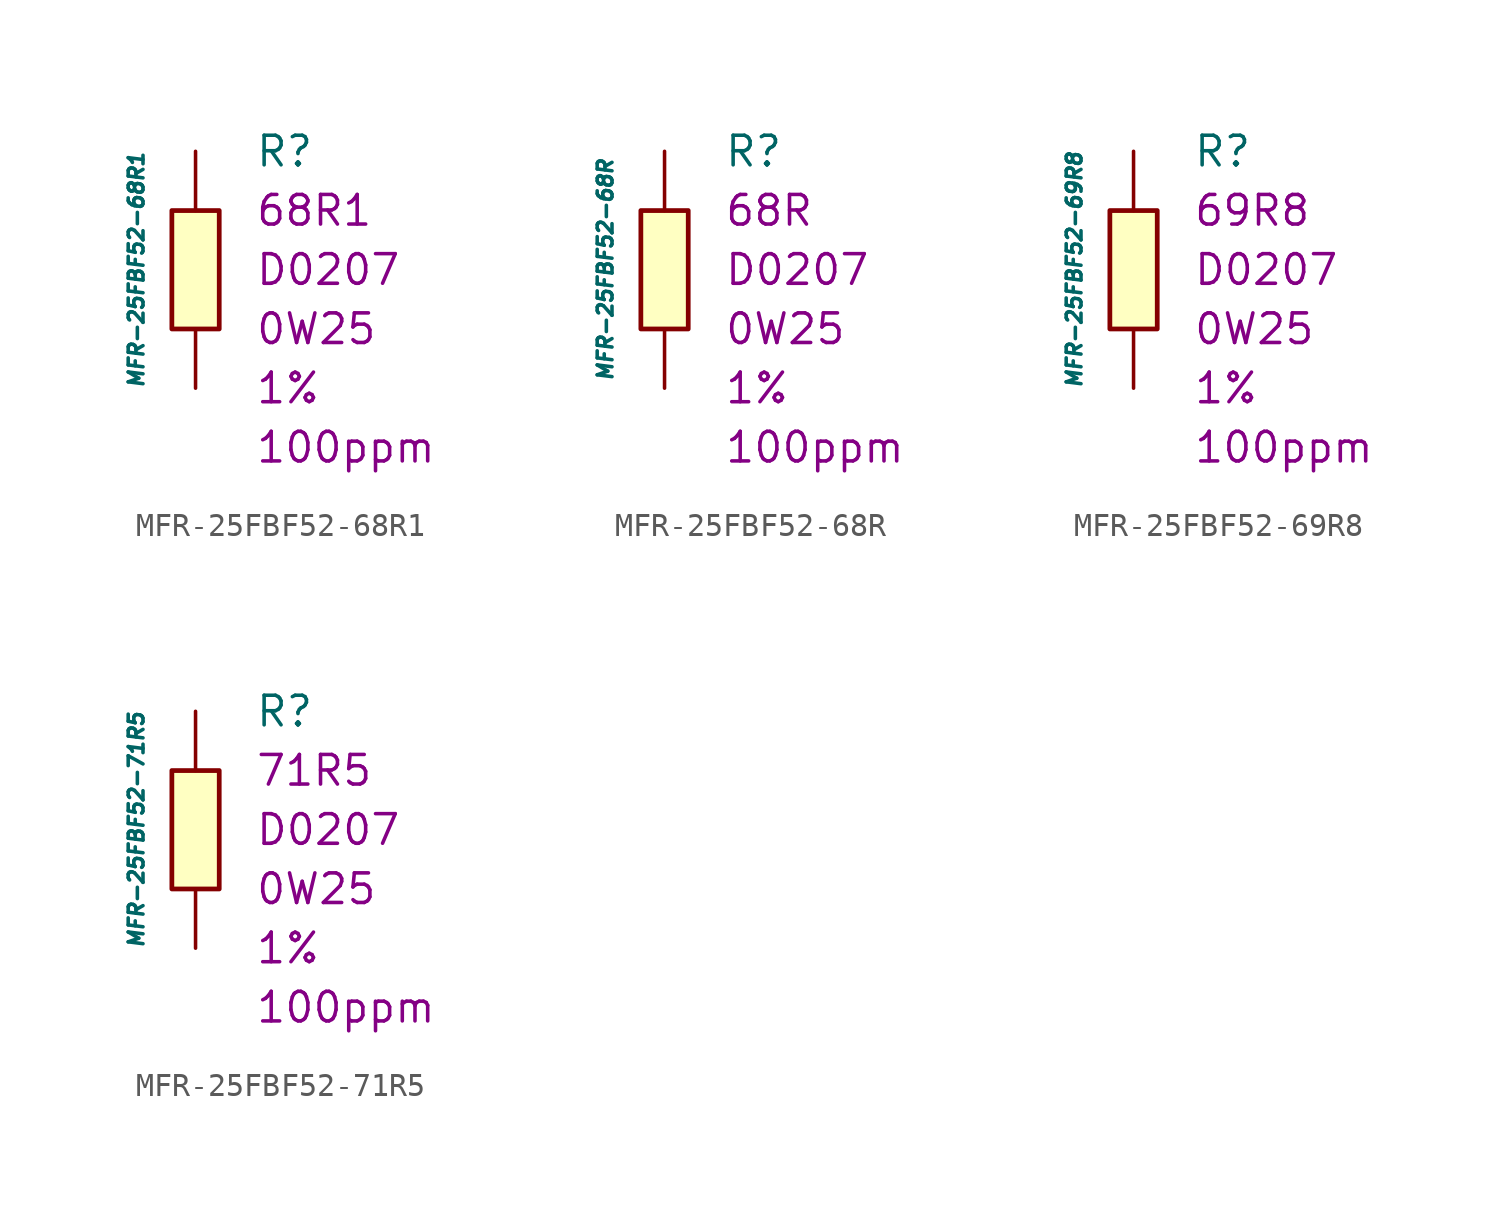
<source format=kicad_sym>
(kicad_symbol_lib
  (version 20211014)
  (generator kicad_symbol_editor)
  (symbol "MFR-25FBF52-68R1"
    (pin_numbers hide)
    (pin_names
      (offset 1.016) hide)
    (property "Reference" "R"
      (at 2.54 5.08 0)
      (effects (font (size 1.27 1.27)) (justify left)))
    (property "Value" "MFR-25FBF52-68R1"
      (at -2.54 0 90)
      (effects (font (size 0.635 0.635) italic)))
    (property "Package" "D0207"
      (at 2.54 0 0)
      (effects (font (size 1.27 1.27)) (justify left)))
    (property "Power" "0W25"
      (at 2.54 -2.54 0)
      (effects (font (size 1.27 1.27)) (justify left)))
    (property "Tolerance" "1%"
      (at 2.54 -5.08 0)
      (effects (font (size 1.27 1.27)) (justify left)))
    (property "TK" "100ppm"
      (at 2.54 -7.62 0)
      (effects (font (size 1.27 1.27)) (justify left)))
    (property "Val" "68R1"
      (at 2.54 2.54 0)
      (effects (font (size 1.27 1.27)) (justify left)))
    (symbol "MFR-25FBF52-68R1_0_1"
      (rectangle (start -1.016 2.54) (end 1.016 -2.54) (stroke (width 0.203) (type default) (color 0 0 0 0)) (fill (type background))))
    (symbol "MFR-25FBF52-68R1_1_1"
      (pin passive line (at 0 5.08 270) (length 2.54) (name "~" (effects (font (size 1.778 1.778)))) (number "1" (effects (font (size 1.778 1.778)))))
      (pin passive line (at 0 -5.08 90) (length 2.54) (name "~" (effects (font (size 1.778 1.778)))) (number "2" (effects (font (size 1.778 1.778)))))))
  (symbol "MFR-25FBF52-68R"
    (pin_numbers hide)
    (pin_names
      (offset 1.016) hide)
    (property "Reference" "R"
      (at 2.54 5.08 0)
      (effects (font (size 1.27 1.27)) (justify left)))
    (property "Value" "MFR-25FBF52-68R"
      (at -2.54 0 90)
      (effects (font (size 0.635 0.635) italic)))
    (property "Package" "D0207"
      (at 2.54 0 0)
      (effects (font (size 1.27 1.27)) (justify left)))
    (property "Power" "0W25"
      (at 2.54 -2.54 0)
      (effects (font (size 1.27 1.27)) (justify left)))
    (property "Tolerance" "1%"
      (at 2.54 -5.08 0)
      (effects (font (size 1.27 1.27)) (justify left)))
    (property "TK" "100ppm"
      (at 2.54 -7.62 0)
      (effects (font (size 1.27 1.27)) (justify left)))
    (property "Val" "68R"
      (at 2.54 2.54 0)
      (effects (font (size 1.27 1.27)) (justify left)))
    (symbol "MFR-25FBF52-68R_0_1"
      (rectangle (start -1.016 2.54) (end 1.016 -2.54) (stroke (width 0.203) (type default) (color 0 0 0 0)) (fill (type background))))
    (symbol "MFR-25FBF52-68R_1_1"
      (pin passive line (at 0 5.08 270) (length 2.54) (name "~" (effects (font (size 1.778 1.778)))) (number "1" (effects (font (size 1.778 1.778)))))
      (pin passive line (at 0 -5.08 90) (length 2.54) (name "~" (effects (font (size 1.778 1.778)))) (number "2" (effects (font (size 1.778 1.778)))))))
  (symbol "MFR-25FBF52-69R8"
    (pin_numbers hide)
    (pin_names
      (offset 1.016) hide)
    (property "Reference" "R"
      (at 2.54 5.08 0)
      (effects (font (size 1.27 1.27)) (justify left)))
    (property "Value" "MFR-25FBF52-69R8"
      (at -2.54 0 90)
      (effects (font (size 0.635 0.635) italic)))
    (property "Package" "D0207"
      (at 2.54 0 0)
      (effects (font (size 1.27 1.27)) (justify left)))
    (property "Power" "0W25"
      (at 2.54 -2.54 0)
      (effects (font (size 1.27 1.27)) (justify left)))
    (property "Tolerance" "1%"
      (at 2.54 -5.08 0)
      (effects (font (size 1.27 1.27)) (justify left)))
    (property "TK" "100ppm"
      (at 2.54 -7.62 0)
      (effects (font (size 1.27 1.27)) (justify left)))
    (property "Val" "69R8"
      (at 2.54 2.54 0)
      (effects (font (size 1.27 1.27)) (justify left)))
    (symbol "MFR-25FBF52-69R8_0_1"
      (rectangle (start -1.016 2.54) (end 1.016 -2.54) (stroke (width 0.203) (type default) (color 0 0 0 0)) (fill (type background))))
    (symbol "MFR-25FBF52-69R8_1_1"
      (pin passive line (at 0 5.08 270) (length 2.54) (name "~" (effects (font (size 1.778 1.778)))) (number "1" (effects (font (size 1.778 1.778)))))
      (pin passive line (at 0 -5.08 90) (length 2.54) (name "~" (effects (font (size 1.778 1.778)))) (number "2" (effects (font (size 1.778 1.778)))))))
  (symbol "MFR-25FBF52-71R5"
    (pin_numbers hide)
    (pin_names
      (offset 1.016) hide)
    (property "Reference" "R"
      (at 2.54 5.08 0)
      (effects (font (size 1.27 1.27)) (justify left)))
    (property "Value" "MFR-25FBF52-71R5"
      (at -2.54 0 90)
      (effects (font (size 0.635 0.635) italic)))
    (property "Package" "D0207"
      (at 2.54 0 0)
      (effects (font (size 1.27 1.27)) (justify left)))
    (property "Power" "0W25"
      (at 2.54 -2.54 0)
      (effects (font (size 1.27 1.27)) (justify left)))
    (property "Tolerance" "1%"
      (at 2.54 -5.08 0)
      (effects (font (size 1.27 1.27)) (justify left)))
    (property "TK" "100ppm"
      (at 2.54 -7.62 0)
      (effects (font (size 1.27 1.27)) (justify left)))
    (property "Val" "71R5"
      (at 2.54 2.54 0)
      (effects (font (size 1.27 1.27)) (justify left)))
    (symbol "MFR-25FBF52-71R5_0_1"
      (rectangle (start -1.016 2.54) (end 1.016 -2.54) (stroke (width 0.203) (type default) (color 0 0 0 0)) (fill (type background))))
    (symbol "MFR-25FBF52-71R5_1_1"
      (pin passive line (at 0 5.08 270) (length 2.54) (name "~" (effects (font (size 1.778 1.778)))) (number "1" (effects (font (size 1.778 1.778)))))
      (pin passive line (at 0 -5.08 90) (length 2.54) (name "~" (effects (font (size 1.778 1.778)))) (number "2" (effects (font (size 1.778 1.778))))))))
</source>
